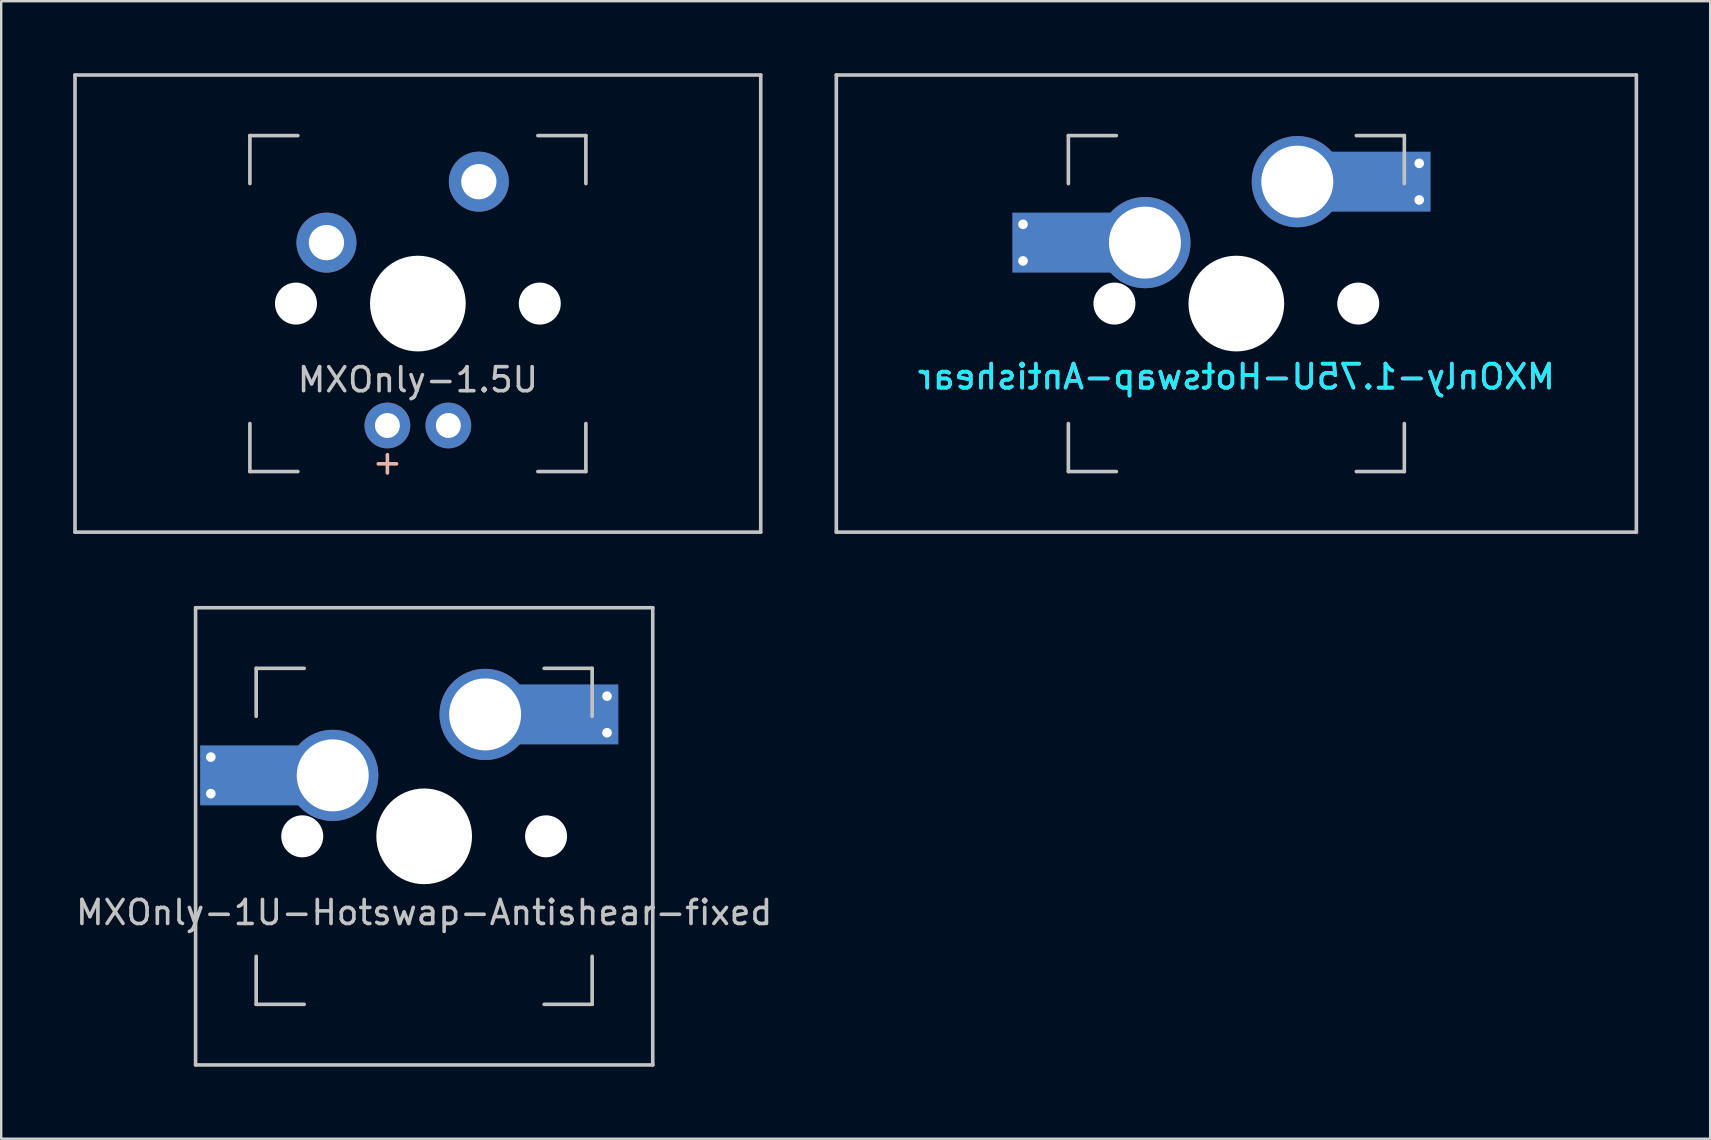
<source format=kicad_pcb>
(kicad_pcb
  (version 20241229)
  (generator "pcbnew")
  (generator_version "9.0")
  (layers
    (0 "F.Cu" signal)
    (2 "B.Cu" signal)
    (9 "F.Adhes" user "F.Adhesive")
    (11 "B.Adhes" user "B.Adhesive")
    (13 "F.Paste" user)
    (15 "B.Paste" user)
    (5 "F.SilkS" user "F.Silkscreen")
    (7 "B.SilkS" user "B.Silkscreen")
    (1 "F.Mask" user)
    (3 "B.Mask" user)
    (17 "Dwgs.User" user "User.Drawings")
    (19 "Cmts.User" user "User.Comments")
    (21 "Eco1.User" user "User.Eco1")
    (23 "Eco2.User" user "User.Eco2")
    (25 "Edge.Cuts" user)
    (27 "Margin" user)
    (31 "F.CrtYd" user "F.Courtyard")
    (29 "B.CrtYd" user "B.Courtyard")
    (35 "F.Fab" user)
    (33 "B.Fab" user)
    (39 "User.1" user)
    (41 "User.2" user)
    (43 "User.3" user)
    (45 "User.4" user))
  (footprint "MXOnly-1.5U"
    (layer "F.Cu")
    (at 14.363 9.6)
    (property "Reference" "MXOnly-1.5U" (at 0 3.175 0) (layer "Dwgs.User") (effects (font (size 1 1) (thickness 0.15))))
    (attr through_hole)
    (fp_line (start -14.287 -9.525) (end 14.287 -9.525) (stroke (width 0.15) (type solid)) (layer "Dwgs.User"))
    (fp_line (start -14.287 9.525) (end -14.287 -9.525) (stroke (width 0.15) (type solid)) (layer "Dwgs.User"))
    (fp_line (start -14.287 9.525) (end 14.287 9.525) (stroke (width 0.15) (type solid)) (layer "Dwgs.User"))
    (fp_line (start -7 -7) (end -7 -5) (stroke (width 0.15) (type solid)) (layer "Dwgs.User"))
    (fp_line (start -7 5) (end -7 7) (stroke (width 0.15) (type solid)) (layer "Dwgs.User"))
    (fp_line (start -7 7) (end -5 7) (stroke (width 0.15) (type solid)) (layer "Dwgs.User"))
    (fp_line (start -5 -7) (end -7 -7) (stroke (width 0.15) (type solid)) (layer "Dwgs.User"))
    (fp_line (start 5 -7) (end 7 -7) (stroke (width 0.15) (type solid)) (layer "Dwgs.User"))
    (fp_line (start 5 7) (end 7 7) (stroke (width 0.15) (type solid)) (layer "Dwgs.User"))
    (fp_line (start 7 -7) (end 7 -5) (stroke (width 0.15) (type solid)) (layer "Dwgs.User"))
    (fp_line (start 7 7) (end 7 5) (stroke (width 0.15) (type solid)) (layer "Dwgs.User"))
    (fp_line (start 14.287 -9.525) (end 14.287 9.525) (stroke (width 0.15) (type solid)) (layer "Dwgs.User"))
    (fp_text user "+" (at -1.27 6.604 0) (layer "B.SilkS") (effects (font (size 1 1) (thickness 0.15))))
    (pad "" np_thru_hole circle (at -5.08 0 48.1) (size 1.75 1.75) (drill 1.75) (layers "*.Cu" "*.Mask"))
    (pad "" np_thru_hole circle (at 0 0) (size 3.988 3.988) (drill 3.988) (layers "*.Cu" "*.Mask"))
    (pad "" np_thru_hole circle (at 5.08 0 48.1) (size 1.75 1.75) (drill 1.75) (layers "*.Cu" "*.Mask"))
    (pad "1" thru_hole circle (at -3.81 -2.54) (size 2.5 2.5) (drill 1.47) (layers "*.Cu" "*.Mask"))
    (pad "2" thru_hole circle (at 2.54 -5.08) (size 2.5 2.5) (drill 1.47) (layers "*.Cu" "*.Mask"))
    (pad "3" thru_hole circle (at -1.27 5.08) (size 1.905 1.905) (drill 1.04) (layers "*.Cu" "*.Mask"))
    (pad "4" thru_hole circle (at 1.27 5.08) (size 1.905 1.905) (drill 1.04) (layers "*.Cu" "*.Mask")))
  (footprint "MXOnly-1.75U-Hotswap-Antishear"
    (layer "F.Cu")
    (at 48.469 9.6)
    (property "Reference" "MXOnly-1.75U-Hotswap-Antishear" (at 0 3.048 0) (layer "B.CrtYd") (effects (font (size 1 1) (thickness 0.15)) (justify mirror)))
    (attr smd)
    (fp_line (start -16.669 -9.525) (end 16.669 -9.525) (stroke (width 0.15) (type solid)) (layer "Dwgs.User"))
    (fp_line (start -16.669 9.525) (end -16.669 -9.525) (stroke (width 0.15) (type solid)) (layer "Dwgs.User"))
    (fp_line (start -7 -7) (end -7 -5) (stroke (width 0.15) (type solid)) (layer "Dwgs.User"))
    (fp_line (start -7 5) (end -7 7) (stroke (width 0.15) (type solid)) (layer "Dwgs.User"))
    (fp_line (start -7 7) (end -5 7) (stroke (width 0.15) (type solid)) (layer "Dwgs.User"))
    (fp_line (start -5 -7) (end -7 -7) (stroke (width 0.15) (type solid)) (layer "Dwgs.User"))
    (fp_line (start 5 -7) (end 7 -7) (stroke (width 0.15) (type solid)) (layer "Dwgs.User"))
    (fp_line (start 5 7) (end 7 7) (stroke (width 0.15) (type solid)) (layer "Dwgs.User"))
    (fp_line (start 7 -7) (end 7 -5) (stroke (width 0.15) (type solid)) (layer "Dwgs.User"))
    (fp_line (start 7 7) (end 7 5) (stroke (width 0.15) (type solid)) (layer "Dwgs.User"))
    (fp_line (start 16.669 -9.525) (end 16.669 9.525) (stroke (width 0.15) (type solid)) (layer "Dwgs.User"))
    (fp_line (start 16.669 9.525) (end -16.669 9.525) (stroke (width 0.15) (type solid)) (layer "Dwgs.User"))
    (fp_text user "${REFERENCE}" (at 0 3.048 0) (layer "B.SilkS") (effects (font (size 1 1) (thickness 0.15)) (justify mirror)))
    (pad "" smd rect (at -7.085 -2.54) (size 2.55 2.5) (layers "B.Mask" "B.Paste"))
    (pad "" np_thru_hole circle (at -5.08 0 48.1) (size 1.75 1.75) (drill 1.75) (layers "*.Cu" "*.Mask"))
    (pad "" np_thru_hole circle (at 0 0) (size 3.988 3.988) (drill 3.988) (layers "*.Cu" "*.Mask"))
    (pad "" np_thru_hole circle (at 5.08 0 48.1) (size 1.75 1.75) (drill 1.75) (layers "*.Cu" "*.Mask"))
    (pad "" smd rect (at 5.815 -5.08) (size 2.55 2.5) (layers "B.Mask" "B.Paste"))
    (pad "1" thru_hole circle (at -8.89 -3.302) (size 0.8 0.8) (drill 0.4) (layers "*.Cu"))
    (pad "1" thru_hole circle (at -8.89 -1.778) (size 0.8 0.8) (drill 0.4) (layers "*.Cu"))
    (pad "1" smd rect (at -7.085 -2.54) (size 4.5 2.5) (layers "B.Cu"))
    (pad "1" thru_hole circle (at -3.81 -2.54) (size 3.8 3.8) (drill 3) (layers "*.Cu"))
    (pad "2" thru_hole circle (at 2.54 -5.08) (size 3.8 3.8) (drill 3) (layers "*.Cu"))
    (pad "2" smd rect (at 5.842 -5.08) (size 4.5 2.5) (layers "B.Cu"))
    (pad "2" thru_hole circle (at 7.62 -5.842) (size 0.8 0.8) (drill 0.4) (layers "*.Cu"))
    (pad "2" thru_hole circle (at 7.62 -4.318) (size 0.8 0.8) (drill 0.4) (layers "*.Cu")))
  (footprint "MXOnly-1U-Hotswap-Antishear-fixed"
    (layer "F.Cu")
    (at 14.625 31.8)
    (property "Reference" "MXOnly-1U-Hotswap-Antishear-fixed" (at 0 3.175 0) (layer "Dwgs.User") (effects (font (size 1 1) (thickness 0.15))))
    (attr through_hole)
    (fp_line (start -9.525 -9.525) (end 9.525 -9.525) (stroke (width 0.15) (type solid)) (layer "Dwgs.User"))
    (fp_line (start -9.525 9.525) (end -9.525 -9.525) (stroke (width 0.15) (type solid)) (layer "Dwgs.User"))
    (fp_line (start -7 -7) (end -7 -5) (stroke (width 0.15) (type solid)) (layer "Dwgs.User"))
    (fp_line (start -7 5) (end -7 7) (stroke (width 0.15) (type solid)) (layer "Dwgs.User"))
    (fp_line (start -7 7) (end -5 7) (stroke (width 0.15) (type solid)) (layer "Dwgs.User"))
    (fp_line (start -5 -7) (end -7 -7) (stroke (width 0.15) (type solid)) (layer "Dwgs.User"))
    (fp_line (start 5 -7) (end 7 -7) (stroke (width 0.15) (type solid)) (layer "Dwgs.User"))
    (fp_line (start 5 7) (end 7 7) (stroke (width 0.15) (type solid)) (layer "Dwgs.User"))
    (fp_line (start 7 -7) (end 7 -5) (stroke (width 0.15) (type solid)) (layer "Dwgs.User"))
    (fp_line (start 7 7) (end 7 5) (stroke (width 0.15) (type solid)) (layer "Dwgs.User"))
    (fp_line (start 9.525 -9.525) (end 9.525 9.525) (stroke (width 0.15) (type solid)) (layer "Dwgs.User"))
    (fp_line (start 9.525 9.525) (end -9.525 9.525) (stroke (width 0.15) (type solid)) (layer "Dwgs.User"))
    (pad "" smd rect (at -7.085 -2.54) (size 2.55 2.5) (layers "B.Mask" "B.Paste"))
    (pad "" np_thru_hole circle (at -5.08 0 48.1) (size 1.75 1.75) (drill 1.75) (layers "*.Cu" "*.Mask"))
    (pad "" np_thru_hole circle (at 0 0) (size 3.988 3.988) (drill 3.988) (layers "*.Cu" "*.Mask"))
    (pad "" np_thru_hole circle (at 5.08 0 48.1) (size 1.75 1.75) (drill 1.75) (layers "*.Cu" "*.Mask"))
    (pad "" smd rect (at 5.815 -5.08) (size 2.55 2.5) (layers "B.Mask" "B.Paste"))
    (pad "1" thru_hole circle (at -8.89 -3.302) (size 0.8 0.8) (drill 0.4) (layers "*.Cu"))
    (pad "1" thru_hole circle (at -8.89 -1.778) (size 0.8 0.8) (drill 0.4) (layers "*.Cu"))
    (pad "1" smd rect (at -7.085 -2.54) (size 4.5 2.5) (layers "B.Cu"))
    (pad "1" thru_hole circle (at -3.81 -2.54) (size 3.8 3.8) (drill 3) (layers "*.Cu"))
    (pad "2" thru_hole circle (at 2.54 -5.08) (size 3.8 3.8) (drill 3) (layers "*.Cu"))
    (pad "2" smd rect (at 5.842 -5.08) (size 4.5 2.5) (layers "B.Cu"))
    (pad "2" thru_hole circle (at 7.62 -5.842) (size 0.8 0.8) (drill 0.4) (layers "*.Cu"))
    (pad "2" thru_hole circle (at 7.62 -4.318) (size 0.8 0.8) (drill 0.4) (layers "*.Cu")))
  (gr_rect
    (start -3 -3)
    (end 68.213 44.4)
    (stroke (width 0.1) (type default))
    (fill no)
    (layer "Edge.Cuts")))
</source>
